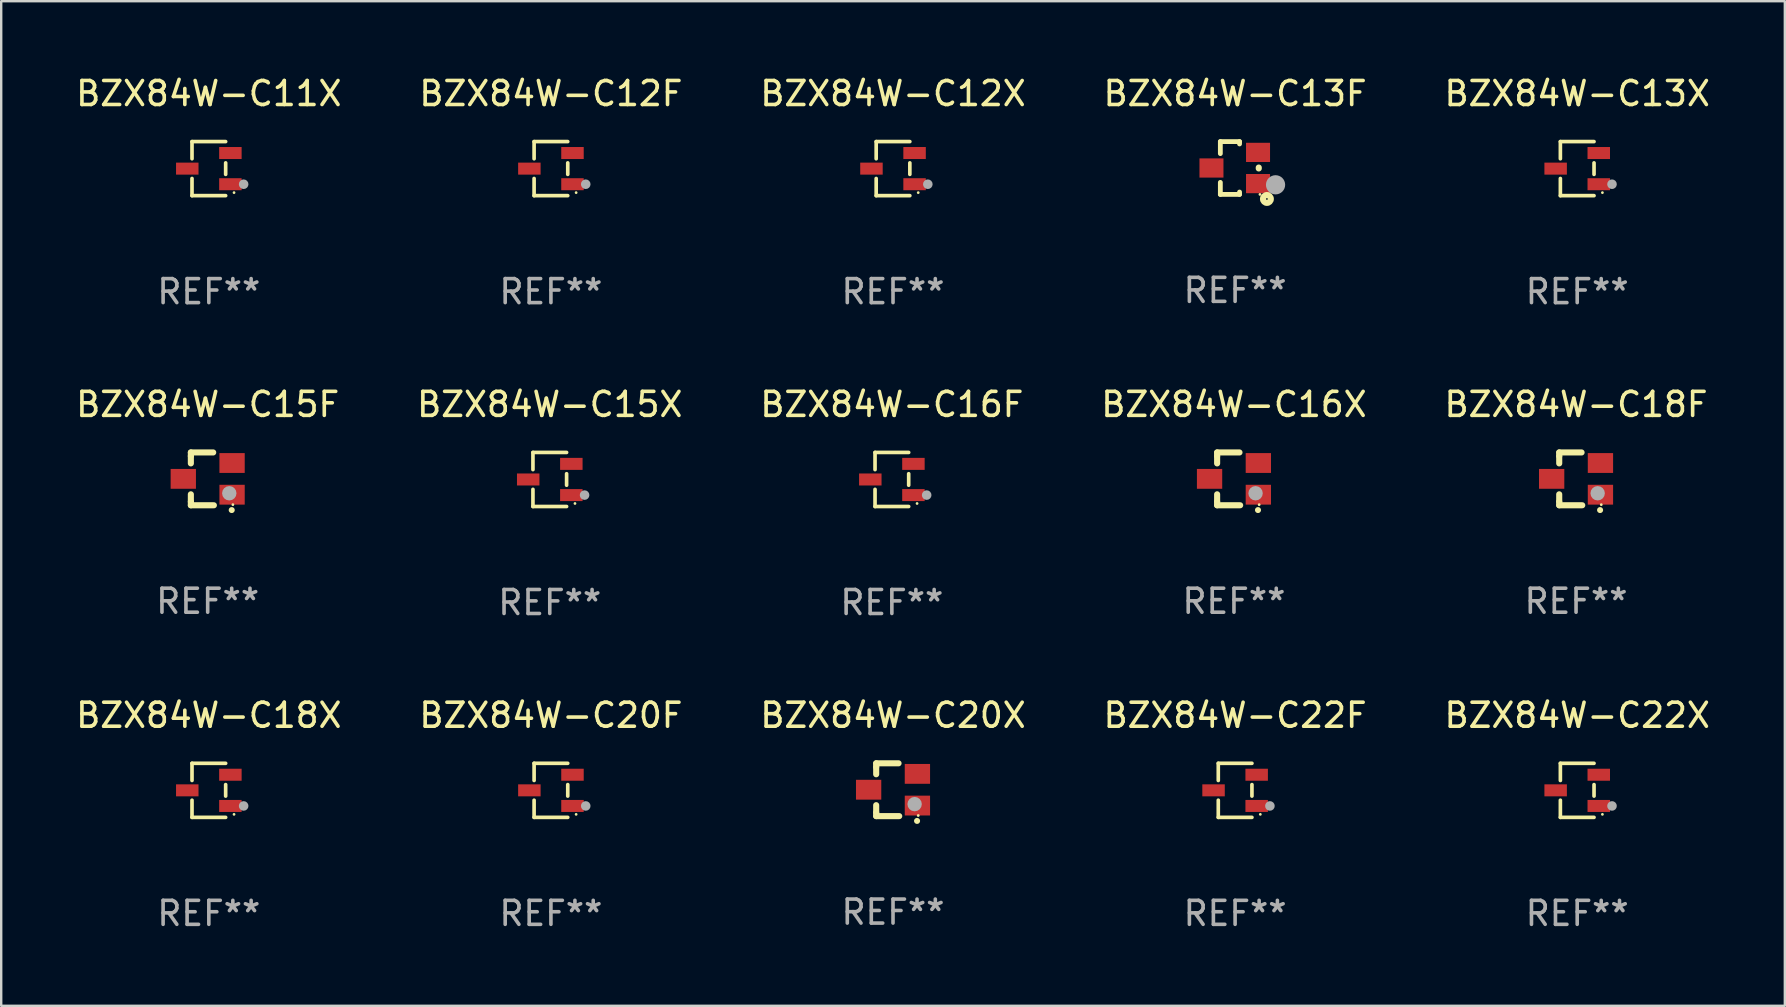
<source format=kicad_pcb>
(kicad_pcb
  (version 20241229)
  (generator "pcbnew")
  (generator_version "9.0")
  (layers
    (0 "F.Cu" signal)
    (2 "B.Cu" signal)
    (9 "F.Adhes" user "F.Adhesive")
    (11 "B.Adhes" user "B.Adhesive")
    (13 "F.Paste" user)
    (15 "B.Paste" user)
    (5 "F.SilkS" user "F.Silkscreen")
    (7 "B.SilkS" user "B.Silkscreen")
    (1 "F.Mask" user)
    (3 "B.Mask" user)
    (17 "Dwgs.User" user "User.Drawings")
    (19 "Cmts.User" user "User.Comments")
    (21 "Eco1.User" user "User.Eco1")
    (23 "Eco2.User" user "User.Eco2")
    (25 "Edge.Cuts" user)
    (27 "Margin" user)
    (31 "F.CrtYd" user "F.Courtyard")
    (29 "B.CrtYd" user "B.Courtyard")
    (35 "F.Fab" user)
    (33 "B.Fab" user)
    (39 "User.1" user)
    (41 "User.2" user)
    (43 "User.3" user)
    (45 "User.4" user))
  (footprint "BZX84W-C15X"
    (layer "F.Cu")
    (at 19.851 16.923)
    (property "Reference" "BZX84W-C15X" (at 0 -3.126 0) (layer "F.SilkS") (effects (font (size 1 1) (thickness 0.15))))
    (attr through_hole)
    (fp_line (start -0.701 -1.126) (end -0.701 -0.411) (stroke (width 0.152) (type solid)) (layer "F.SilkS"))
    (fp_line (start -0.701 1.126) (end -0.701 0.411) (stroke (width 0.152) (type solid)) (layer "F.SilkS"))
    (fp_line (start 0.701 -1.126) (end -0.701 -1.126) (stroke (width 0.152) (type solid)) (layer "F.SilkS"))
    (fp_line (start 0.701 -0.239) (end 0.701 0.239) (stroke (width 0.152) (type solid)) (layer "F.SilkS"))
    (fp_line (start 0.701 1.126) (end -0.701 1.126) (stroke (width 0.152) (type solid)) (layer "F.SilkS"))
    (fp_circle (center 1.05 1) (end 1.08 1) (stroke (width 0.06) (type solid)) (fill no) (layer "F.SilkS"))
    (fp_circle (center 1.45 0.65) (end 1.55 0.65) (stroke (width 0.2) (type solid)) (fill no) (layer "F.Fab"))
    (fp_text user "REF**" (at 0 5.126 0) (layer "F.Fab") (effects (font (size 1 1) (thickness 0.15))))
    (pad "1" smd rect (at 0.898 0.65) (size 0.936 0.5) (layers "F.Cu" "F.Mask" "F.Paste"))
    (pad "2" smd rect (at 0.898 -0.65) (size 0.936 0.5) (layers "F.Cu" "F.Mask" "F.Paste"))
    (pad "3" smd rect (at -0.898 0) (size 0.936 0.5) (layers "F.Cu" "F.Mask" "F.Paste")))
  (footprint "BZX84W-C16F"
    (layer "F.Cu")
    (at 34.101 16.923)
    (property "Reference" "BZX84W-C16F" (at 0 -3.126 0) (layer "F.SilkS") (effects (font (size 1 1) (thickness 0.15))))
    (attr through_hole)
    (fp_line (start -0.701 -1.126) (end -0.701 -0.411) (stroke (width 0.152) (type solid)) (layer "F.SilkS"))
    (fp_line (start -0.701 1.126) (end -0.701 0.411) (stroke (width 0.152) (type solid)) (layer "F.SilkS"))
    (fp_line (start 0.701 -1.126) (end -0.701 -1.126) (stroke (width 0.152) (type solid)) (layer "F.SilkS"))
    (fp_line (start 0.701 -0.239) (end 0.701 0.239) (stroke (width 0.152) (type solid)) (layer "F.SilkS"))
    (fp_line (start 0.701 1.126) (end -0.701 1.126) (stroke (width 0.152) (type solid)) (layer "F.SilkS"))
    (fp_circle (center 1.05 1) (end 1.08 1) (stroke (width 0.06) (type solid)) (fill no) (layer "F.SilkS"))
    (fp_circle (center 1.45 0.65) (end 1.55 0.65) (stroke (width 0.2) (type solid)) (fill no) (layer "F.Fab"))
    (fp_text user "REF**" (at 0 5.126 0) (layer "F.Fab") (effects (font (size 1 1) (thickness 0.15))))
    (pad "1" smd rect (at 0.898 0.65) (size 0.936 0.5) (layers "F.Cu" "F.Mask" "F.Paste"))
    (pad "2" smd rect (at 0.898 -0.65) (size 0.936 0.5) (layers "F.Cu" "F.Mask" "F.Paste"))
    (pad "3" smd rect (at -0.898 0) (size 0.936 0.5) (layers "F.Cu" "F.Mask" "F.Paste")))
  (footprint "BZX84W-C11X"
    (layer "F.Cu")
    (at 5.649 3.974)
    (property "Reference" "BZX84W-C11X" (at 0 -3.126 0) (layer "F.SilkS") (effects (font (size 1 1) (thickness 0.15))))
    (attr through_hole)
    (fp_line (start -0.701 -1.126) (end -0.701 -0.411) (stroke (width 0.152) (type solid)) (layer "F.SilkS"))
    (fp_line (start -0.701 1.126) (end -0.701 0.411) (stroke (width 0.152) (type solid)) (layer "F.SilkS"))
    (fp_line (start 0.701 -1.126) (end -0.701 -1.126) (stroke (width 0.152) (type solid)) (layer "F.SilkS"))
    (fp_line (start 0.701 -0.239) (end 0.701 0.239) (stroke (width 0.152) (type solid)) (layer "F.SilkS"))
    (fp_line (start 0.701 1.126) (end -0.701 1.126) (stroke (width 0.152) (type solid)) (layer "F.SilkS"))
    (fp_circle (center 1.05 1) (end 1.08 1) (stroke (width 0.06) (type solid)) (fill no) (layer "F.SilkS"))
    (fp_circle (center 1.45 0.65) (end 1.55 0.65) (stroke (width 0.2) (type solid)) (fill no) (layer "F.Fab"))
    (fp_text user "REF**" (at 0 5.126 0) (layer "F.Fab") (effects (font (size 1 1) (thickness 0.15))))
    (pad "1" smd rect (at 0.898 0.65) (size 0.936 0.5) (layers "F.Cu" "F.Mask" "F.Paste"))
    (pad "2" smd rect (at 0.898 -0.65) (size 0.936 0.5) (layers "F.Cu" "F.Mask" "F.Paste"))
    (pad "3" smd rect (at -0.898 0) (size 0.936 0.5) (layers "F.Cu" "F.Mask" "F.Paste")))
  (footprint "BZX84W-C12F"
    (layer "F.Cu")
    (at 19.899 3.974)
    (property "Reference" "BZX84W-C12F" (at 0 -3.126 0) (layer "F.SilkS") (effects (font (size 1 1) (thickness 0.15))))
    (attr through_hole)
    (fp_line (start -0.701 -1.126) (end -0.701 -0.411) (stroke (width 0.152) (type solid)) (layer "F.SilkS"))
    (fp_line (start -0.701 1.126) (end -0.701 0.411) (stroke (width 0.152) (type solid)) (layer "F.SilkS"))
    (fp_line (start 0.701 -1.126) (end -0.701 -1.126) (stroke (width 0.152) (type solid)) (layer "F.SilkS"))
    (fp_line (start 0.701 -0.239) (end 0.701 0.239) (stroke (width 0.152) (type solid)) (layer "F.SilkS"))
    (fp_line (start 0.701 1.126) (end -0.701 1.126) (stroke (width 0.152) (type solid)) (layer "F.SilkS"))
    (fp_circle (center 1.05 1) (end 1.08 1) (stroke (width 0.06) (type solid)) (fill no) (layer "F.SilkS"))
    (fp_circle (center 1.45 0.65) (end 1.55 0.65) (stroke (width 0.2) (type solid)) (fill no) (layer "F.Fab"))
    (fp_text user "REF**" (at 0 5.126 0) (layer "F.Fab") (effects (font (size 1 1) (thickness 0.15))))
    (pad "1" smd rect (at 0.898 0.65) (size 0.936 0.5) (layers "F.Cu" "F.Mask" "F.Paste"))
    (pad "2" smd rect (at 0.898 -0.65) (size 0.936 0.5) (layers "F.Cu" "F.Mask" "F.Paste"))
    (pad "3" smd rect (at -0.898 0) (size 0.936 0.5) (layers "F.Cu" "F.Mask" "F.Paste")))
  (footprint "BZX84W-C15F"
    (layer "F.Cu")
    (at 5.601 16.897)
    (property "Reference" "BZX84W-C15F" (at 0 -3.1 0) (layer "F.SilkS") (effects (font (size 1 1) (thickness 0.15))))
    (attr through_hole)
    (fp_line (start -0.701 -0.95) (end -0.701 -1.1) (stroke (width 0.254) (type solid)) (layer "F.SilkS"))
    (fp_line (start -0.701 -0.644) (end -0.701 -0.95) (stroke (width 0.254) (type solid)) (layer "F.SilkS"))
    (fp_line (start -0.701 0.95) (end -0.701 0.644) (stroke (width 0.254) (type solid)) (layer "F.SilkS"))
    (fp_line (start -0.701 0.95) (end -0.701 1.1) (stroke (width 0.254) (type solid)) (layer "F.SilkS"))
    (fp_line (start -0.7 -1.1) (end 0.23 -1.1) (stroke (width 0.254) (type solid)) (layer "F.SilkS"))
    (fp_line (start -0.7 1.1) (end 0.258 1.1) (stroke (width 0.254) (type solid)) (layer "F.SilkS"))
    (fp_arc (start 1 1.3) (mid 1.00127 1.299994) (end 1.00254 1.3) (stroke (width 0.24892) (type solid)) (layer "F.SilkS"))
    (fp_circle (center 1.05 1.075) (end 1.08 1.075) (stroke (width 0.06) (type solid)) (fill no) (layer "F.SilkS"))
    (fp_circle (center 0.9 0.6) (end 1.05 0.6) (stroke (width 0.3) (type solid)) (fill no) (layer "F.Fab"))
    (fp_text user "REF**" (at 0 5.1 0) (layer "F.Fab") (effects (font (size 1 1) (thickness 0.15))))
    (pad "1" smd rect (at 1.016 0.66) (size 1.054 0.826) (layers "F.Cu" "F.Mask" "F.Paste"))
    (pad "2" smd rect (at 1.016 -0.66) (size 1.054 0.826) (layers "F.Cu" "F.Mask" "F.Paste"))
    (pad "3" smd rect (at -1.016 0) (size 1.054 0.826) (layers "F.Cu" "F.Mask" "F.Paste")))
  (footprint "BZX84W-C20F"
    (layer "F.Cu")
    (at 19.899 29.872)
    (property "Reference" "BZX84W-C20F" (at 0 -3.126 0) (layer "F.SilkS") (effects (font (size 1 1) (thickness 0.15))))
    (attr through_hole)
    (fp_line (start -0.701 -1.126) (end -0.701 -0.411) (stroke (width 0.152) (type solid)) (layer "F.SilkS"))
    (fp_line (start -0.701 1.126) (end -0.701 0.411) (stroke (width 0.152) (type solid)) (layer "F.SilkS"))
    (fp_line (start 0.701 -1.126) (end -0.701 -1.126) (stroke (width 0.152) (type solid)) (layer "F.SilkS"))
    (fp_line (start 0.701 -0.239) (end 0.701 0.239) (stroke (width 0.152) (type solid)) (layer "F.SilkS"))
    (fp_line (start 0.701 1.126) (end -0.701 1.126) (stroke (width 0.152) (type solid)) (layer "F.SilkS"))
    (fp_circle (center 1.05 1) (end 1.08 1) (stroke (width 0.06) (type solid)) (fill no) (layer "F.SilkS"))
    (fp_circle (center 1.45 0.65) (end 1.55 0.65) (stroke (width 0.2) (type solid)) (fill no) (layer "F.Fab"))
    (fp_text user "REF**" (at 0 5.126 0) (layer "F.Fab") (effects (font (size 1 1) (thickness 0.15))))
    (pad "1" smd rect (at 0.898 0.65) (size 0.936 0.5) (layers "F.Cu" "F.Mask" "F.Paste"))
    (pad "2" smd rect (at 0.898 -0.65) (size 0.936 0.5) (layers "F.Cu" "F.Mask" "F.Paste"))
    (pad "3" smd rect (at -0.898 0) (size 0.936 0.5) (layers "F.Cu" "F.Mask" "F.Paste")))
  (footprint "BZX84W-C13X"
    (layer "F.Cu")
    (at 62.649 3.974)
    (property "Reference" "BZX84W-C13X" (at 0 -3.126 0) (layer "F.SilkS") (effects (font (size 1 1) (thickness 0.15))))
    (attr through_hole)
    (fp_line (start -0.701 -1.126) (end -0.701 -0.411) (stroke (width 0.152) (type solid)) (layer "F.SilkS"))
    (fp_line (start -0.701 1.126) (end -0.701 0.411) (stroke (width 0.152) (type solid)) (layer "F.SilkS"))
    (fp_line (start 0.701 -1.126) (end -0.701 -1.126) (stroke (width 0.152) (type solid)) (layer "F.SilkS"))
    (fp_line (start 0.701 -0.239) (end 0.701 0.239) (stroke (width 0.152) (type solid)) (layer "F.SilkS"))
    (fp_line (start 0.701 1.126) (end -0.701 1.126) (stroke (width 0.152) (type solid)) (layer "F.SilkS"))
    (fp_circle (center 1.05 1) (end 1.08 1) (stroke (width 0.06) (type solid)) (fill no) (layer "F.SilkS"))
    (fp_circle (center 1.45 0.65) (end 1.55 0.65) (stroke (width 0.2) (type solid)) (fill no) (layer "F.Fab"))
    (fp_text user "REF**" (at 0 5.126 0) (layer "F.Fab") (effects (font (size 1 1) (thickness 0.15))))
    (pad "1" smd rect (at 0.898 0.65) (size 0.936 0.5) (layers "F.Cu" "F.Mask" "F.Paste"))
    (pad "2" smd rect (at 0.898 -0.65) (size 0.936 0.5) (layers "F.Cu" "F.Mask" "F.Paste"))
    (pad "3" smd rect (at -0.898 0) (size 0.936 0.5) (layers "F.Cu" "F.Mask" "F.Paste")))
  (footprint "BZX84W-C13F"
    (layer "F.Cu")
    (at 48.399 3.948)
    (property "Reference" "BZX84W-C13F" (at 0 -3.1 0) (layer "F.SilkS") (effects (font (size 1 1) (thickness 0.15))))
    (attr through_hole)
    (fp_line (start -0.615 -1.1) (end -0.615 -0.599) (stroke (width 0.2) (type solid)) (layer "F.SilkS"))
    (fp_line (start -0.615 1.1) (end -0.615 0.599) (stroke (width 0.2) (type solid)) (layer "F.SilkS"))
    (fp_line (start 0.185 -1.1) (end -0.615 -1.1) (stroke (width 0.2) (type solid)) (layer "F.SilkS"))
    (fp_line (start 0.185 -1.001) (end 0.185 -1.1) (stroke (width 0.2) (type solid)) (layer "F.SilkS"))
    (fp_line (start 0.185 1.001) (end 0.185 1.1) (stroke (width 0.2) (type solid)) (layer "F.SilkS"))
    (fp_line (start 0.185 1.1) (end -0.615 1.1) (stroke (width 0.2) (type solid)) (layer "F.SilkS"))
    (fp_line (start 0.985 0.019) (end 0.985 -0.019) (stroke (width 0.254) (type solid)) (layer "F.SilkS"))
    (fp_circle (center 1.035 1.1) (end 1.065 1.1) (stroke (width 0.06) (type solid)) (fill no) (layer "F.SilkS"))
    (fp_circle (center 1.325 1.29) (end 1.361 1.29) (stroke (width 0.254) (type solid)) (fill no) (layer "F.SilkS"))
    (fp_circle (center 1.685 0.7) (end 1.885 0.7) (stroke (width 0.4) (type solid)) (fill no) (layer "F.Fab"))
    (fp_text user "REF**" (at 0 5.1 0) (layer "F.Fab") (effects (font (size 1 1) (thickness 0.15))))
    (pad "1" smd rect (at 0.955 0.65 90) (size 0.8 1) (layers "F.Cu" "F.Mask" "F.Paste"))
    (pad "2" smd rect (at 0.955 -0.65 90) (size 0.8 1) (layers "F.Cu" "F.Mask" "F.Paste"))
    (pad "3" smd rect (at -0.985 -0.000267 90) (size 0.8 1) (layers "F.Cu" "F.Mask" "F.Paste")))
  (footprint "BZX84W-C16X"
    (layer "F.Cu")
    (at 48.351 16.897)
    (property "Reference" "BZX84W-C16X" (at 0 -3.1 0) (layer "F.SilkS") (effects (font (size 1 1) (thickness 0.15))))
    (attr through_hole)
    (fp_line (start -0.701 -0.95) (end -0.701 -1.1) (stroke (width 0.254) (type solid)) (layer "F.SilkS"))
    (fp_line (start -0.701 -0.644) (end -0.701 -0.95) (stroke (width 0.254) (type solid)) (layer "F.SilkS"))
    (fp_line (start -0.701 0.95) (end -0.701 0.644) (stroke (width 0.254) (type solid)) (layer "F.SilkS"))
    (fp_line (start -0.701 0.95) (end -0.701 1.1) (stroke (width 0.254) (type solid)) (layer "F.SilkS"))
    (fp_line (start -0.7 -1.1) (end 0.23 -1.1) (stroke (width 0.254) (type solid)) (layer "F.SilkS"))
    (fp_line (start -0.7 1.1) (end 0.258 1.1) (stroke (width 0.254) (type solid)) (layer "F.SilkS"))
    (fp_arc (start 1 1.3) (mid 1.00127 1.299994) (end 1.00254 1.3) (stroke (width 0.24892) (type solid)) (layer "F.SilkS"))
    (fp_circle (center 1.05 1.075) (end 1.08 1.075) (stroke (width 0.06) (type solid)) (fill no) (layer "F.SilkS"))
    (fp_circle (center 0.9 0.6) (end 1.05 0.6) (stroke (width 0.3) (type solid)) (fill no) (layer "F.Fab"))
    (fp_text user "REF**" (at 0 5.1 0) (layer "F.Fab") (effects (font (size 1 1) (thickness 0.15))))
    (pad "1" smd rect (at 1.016 0.66) (size 1.054 0.826) (layers "F.Cu" "F.Mask" "F.Paste"))
    (pad "2" smd rect (at 1.016 -0.66) (size 1.054 0.826) (layers "F.Cu" "F.Mask" "F.Paste"))
    (pad "3" smd rect (at -1.016 0) (size 1.054 0.826) (layers "F.Cu" "F.Mask" "F.Paste")))
  (footprint "BZX84W-C18X"
    (layer "F.Cu")
    (at 5.649 29.872)
    (property "Reference" "BZX84W-C18X" (at 0 -3.126 0) (layer "F.SilkS") (effects (font (size 1 1) (thickness 0.15))))
    (attr through_hole)
    (fp_line (start -0.701 -1.126) (end -0.701 -0.411) (stroke (width 0.152) (type solid)) (layer "F.SilkS"))
    (fp_line (start -0.701 1.126) (end -0.701 0.411) (stroke (width 0.152) (type solid)) (layer "F.SilkS"))
    (fp_line (start 0.701 -1.126) (end -0.701 -1.126) (stroke (width 0.152) (type solid)) (layer "F.SilkS"))
    (fp_line (start 0.701 -0.239) (end 0.701 0.239) (stroke (width 0.152) (type solid)) (layer "F.SilkS"))
    (fp_line (start 0.701 1.126) (end -0.701 1.126) (stroke (width 0.152) (type solid)) (layer "F.SilkS"))
    (fp_circle (center 1.05 1) (end 1.08 1) (stroke (width 0.06) (type solid)) (fill no) (layer "F.SilkS"))
    (fp_circle (center 1.45 0.65) (end 1.55 0.65) (stroke (width 0.2) (type solid)) (fill no) (layer "F.Fab"))
    (fp_text user "REF**" (at 0 5.126 0) (layer "F.Fab") (effects (font (size 1 1) (thickness 0.15))))
    (pad "1" smd rect (at 0.898 0.65) (size 0.936 0.5) (layers "F.Cu" "F.Mask" "F.Paste"))
    (pad "2" smd rect (at 0.898 -0.65) (size 0.936 0.5) (layers "F.Cu" "F.Mask" "F.Paste"))
    (pad "3" smd rect (at -0.898 0) (size 0.936 0.5) (layers "F.Cu" "F.Mask" "F.Paste")))
  (footprint "BZX84W-C22X"
    (layer "F.Cu")
    (at 62.649 29.872)
    (property "Reference" "BZX84W-C22X" (at 0 -3.126 0) (layer "F.SilkS") (effects (font (size 1 1) (thickness 0.15))))
    (attr through_hole)
    (fp_line (start -0.701 -1.126) (end -0.701 -0.411) (stroke (width 0.152) (type solid)) (layer "F.SilkS"))
    (fp_line (start -0.701 1.126) (end -0.701 0.411) (stroke (width 0.152) (type solid)) (layer "F.SilkS"))
    (fp_line (start 0.701 -1.126) (end -0.701 -1.126) (stroke (width 0.152) (type solid)) (layer "F.SilkS"))
    (fp_line (start 0.701 -0.239) (end 0.701 0.239) (stroke (width 0.152) (type solid)) (layer "F.SilkS"))
    (fp_line (start 0.701 1.126) (end -0.701 1.126) (stroke (width 0.152) (type solid)) (layer "F.SilkS"))
    (fp_circle (center 1.05 1) (end 1.08 1) (stroke (width 0.06) (type solid)) (fill no) (layer "F.SilkS"))
    (fp_circle (center 1.45 0.65) (end 1.55 0.65) (stroke (width 0.2) (type solid)) (fill no) (layer "F.Fab"))
    (fp_text user "REF**" (at 0 5.126 0) (layer "F.Fab") (effects (font (size 1 1) (thickness 0.15))))
    (pad "1" smd rect (at 0.898 0.65) (size 0.936 0.5) (layers "F.Cu" "F.Mask" "F.Paste"))
    (pad "2" smd rect (at 0.898 -0.65) (size 0.936 0.5) (layers "F.Cu" "F.Mask" "F.Paste"))
    (pad "3" smd rect (at -0.898 0) (size 0.936 0.5) (layers "F.Cu" "F.Mask" "F.Paste")))
  (footprint "BZX84W-C12X"
    (layer "F.Cu")
    (at 34.149 3.974)
    (property "Reference" "BZX84W-C12X" (at 0 -3.126 0) (layer "F.SilkS") (effects (font (size 1 1) (thickness 0.15))))
    (attr through_hole)
    (fp_line (start -0.701 -1.126) (end -0.701 -0.411) (stroke (width 0.152) (type solid)) (layer "F.SilkS"))
    (fp_line (start -0.701 1.126) (end -0.701 0.411) (stroke (width 0.152) (type solid)) (layer "F.SilkS"))
    (fp_line (start 0.701 -1.126) (end -0.701 -1.126) (stroke (width 0.152) (type solid)) (layer "F.SilkS"))
    (fp_line (start 0.701 -0.239) (end 0.701 0.239) (stroke (width 0.152) (type solid)) (layer "F.SilkS"))
    (fp_line (start 0.701 1.126) (end -0.701 1.126) (stroke (width 0.152) (type solid)) (layer "F.SilkS"))
    (fp_circle (center 1.05 1) (end 1.08 1) (stroke (width 0.06) (type solid)) (fill no) (layer "F.SilkS"))
    (fp_circle (center 1.45 0.65) (end 1.55 0.65) (stroke (width 0.2) (type solid)) (fill no) (layer "F.Fab"))
    (fp_text user "REF**" (at 0 5.126 0) (layer "F.Fab") (effects (font (size 1 1) (thickness 0.15))))
    (pad "1" smd rect (at 0.898 0.65) (size 0.936 0.5) (layers "F.Cu" "F.Mask" "F.Paste"))
    (pad "2" smd rect (at 0.898 -0.65) (size 0.936 0.5) (layers "F.Cu" "F.Mask" "F.Paste"))
    (pad "3" smd rect (at -0.898 0) (size 0.936 0.5) (layers "F.Cu" "F.Mask" "F.Paste")))
  (footprint "BZX84W-C22F"
    (layer "F.Cu")
    (at 48.399 29.872)
    (property "Reference" "BZX84W-C22F" (at 0 -3.126 0) (layer "F.SilkS") (effects (font (size 1 1) (thickness 0.15))))
    (attr through_hole)
    (fp_line (start -0.701 -1.126) (end -0.701 -0.411) (stroke (width 0.152) (type solid)) (layer "F.SilkS"))
    (fp_line (start -0.701 1.126) (end -0.701 0.411) (stroke (width 0.152) (type solid)) (layer "F.SilkS"))
    (fp_line (start 0.701 -1.126) (end -0.701 -1.126) (stroke (width 0.152) (type solid)) (layer "F.SilkS"))
    (fp_line (start 0.701 -0.239) (end 0.701 0.239) (stroke (width 0.152) (type solid)) (layer "F.SilkS"))
    (fp_line (start 0.701 1.126) (end -0.701 1.126) (stroke (width 0.152) (type solid)) (layer "F.SilkS"))
    (fp_circle (center 1.05 1) (end 1.08 1) (stroke (width 0.06) (type solid)) (fill no) (layer "F.SilkS"))
    (fp_circle (center 1.45 0.65) (end 1.55 0.65) (stroke (width 0.2) (type solid)) (fill no) (layer "F.Fab"))
    (fp_text user "REF**" (at 0 5.126 0) (layer "F.Fab") (effects (font (size 1 1) (thickness 0.15))))
    (pad "1" smd rect (at 0.898 0.65) (size 0.936 0.5) (layers "F.Cu" "F.Mask" "F.Paste"))
    (pad "2" smd rect (at 0.898 -0.65) (size 0.936 0.5) (layers "F.Cu" "F.Mask" "F.Paste"))
    (pad "3" smd rect (at -0.898 0) (size 0.936 0.5) (layers "F.Cu" "F.Mask" "F.Paste")))
  (footprint "BZX84W-C20X"
    (layer "F.Cu")
    (at 34.149 29.846)
    (property "Reference" "BZX84W-C20X" (at 0 -3.1 0) (layer "F.SilkS") (effects (font (size 1 1) (thickness 0.15))))
    (attr through_hole)
    (fp_line (start -0.701 -0.95) (end -0.701 -1.1) (stroke (width 0.254) (type solid)) (layer "F.SilkS"))
    (fp_line (start -0.701 -0.644) (end -0.701 -0.95) (stroke (width 0.254) (type solid)) (layer "F.SilkS"))
    (fp_line (start -0.701 0.95) (end -0.701 0.644) (stroke (width 0.254) (type solid)) (layer "F.SilkS"))
    (fp_line (start -0.701 0.95) (end -0.701 1.1) (stroke (width 0.254) (type solid)) (layer "F.SilkS"))
    (fp_line (start -0.7 -1.1) (end 0.23 -1.1) (stroke (width 0.254) (type solid)) (layer "F.SilkS"))
    (fp_line (start -0.7 1.1) (end 0.258 1.1) (stroke (width 0.254) (type solid)) (layer "F.SilkS"))
    (fp_arc (start 1 1.3) (mid 1.00127 1.299994) (end 1.00254 1.3) (stroke (width 0.24892) (type solid)) (layer "F.SilkS"))
    (fp_circle (center 1.05 1.075) (end 1.08 1.075) (stroke (width 0.06) (type solid)) (fill no) (layer "F.SilkS"))
    (fp_circle (center 0.9 0.6) (end 1.05 0.6) (stroke (width 0.3) (type solid)) (fill no) (layer "F.Fab"))
    (fp_text user "REF**" (at 0 5.1 0) (layer "F.Fab") (effects (font (size 1 1) (thickness 0.15))))
    (pad "1" smd rect (at 1.016 0.66) (size 1.054 0.826) (layers "F.Cu" "F.Mask" "F.Paste"))
    (pad "2" smd rect (at 1.016 -0.66) (size 1.054 0.826) (layers "F.Cu" "F.Mask" "F.Paste"))
    (pad "3" smd rect (at -1.016 0) (size 1.054 0.826) (layers "F.Cu" "F.Mask" "F.Paste")))
  (footprint "BZX84W-C18F"
    (layer "F.Cu")
    (at 62.601 16.897)
    (property "Reference" "BZX84W-C18F" (at 0 -3.1 0) (layer "F.SilkS") (effects (font (size 1 1) (thickness 0.15))))
    (attr through_hole)
    (fp_line (start -0.701 -0.95) (end -0.701 -1.1) (stroke (width 0.254) (type solid)) (layer "F.SilkS"))
    (fp_line (start -0.701 -0.644) (end -0.701 -0.95) (stroke (width 0.254) (type solid)) (layer "F.SilkS"))
    (fp_line (start -0.701 0.95) (end -0.701 0.644) (stroke (width 0.254) (type solid)) (layer "F.SilkS"))
    (fp_line (start -0.701 0.95) (end -0.701 1.1) (stroke (width 0.254) (type solid)) (layer "F.SilkS"))
    (fp_line (start -0.7 -1.1) (end 0.23 -1.1) (stroke (width 0.254) (type solid)) (layer "F.SilkS"))
    (fp_line (start -0.7 1.1) (end 0.258 1.1) (stroke (width 0.254) (type solid)) (layer "F.SilkS"))
    (fp_arc (start 1 1.3) (mid 1.00127 1.299994) (end 1.00254 1.3) (stroke (width 0.24892) (type solid)) (layer "F.SilkS"))
    (fp_circle (center 1.05 1.075) (end 1.08 1.075) (stroke (width 0.06) (type solid)) (fill no) (layer "F.SilkS"))
    (fp_circle (center 0.9 0.6) (end 1.05 0.6) (stroke (width 0.3) (type solid)) (fill no) (layer "F.Fab"))
    (fp_text user "REF**" (at 0 5.1 0) (layer "F.Fab") (effects (font (size 1 1) (thickness 0.15))))
    (pad "1" smd rect (at 1.016 0.66) (size 1.054 0.826) (layers "F.Cu" "F.Mask" "F.Paste"))
    (pad "2" smd rect (at 1.016 -0.66) (size 1.054 0.826) (layers "F.Cu" "F.Mask" "F.Paste"))
    (pad "3" smd rect (at -1.016 0) (size 1.054 0.826) (layers "F.Cu" "F.Mask" "F.Paste")))
  (gr_rect
    (start -3 -3)
    (end 71.298 38.847)
    (stroke (width 0.1) (type default))
    (fill no)
    (layer "Edge.Cuts")))
</source>
